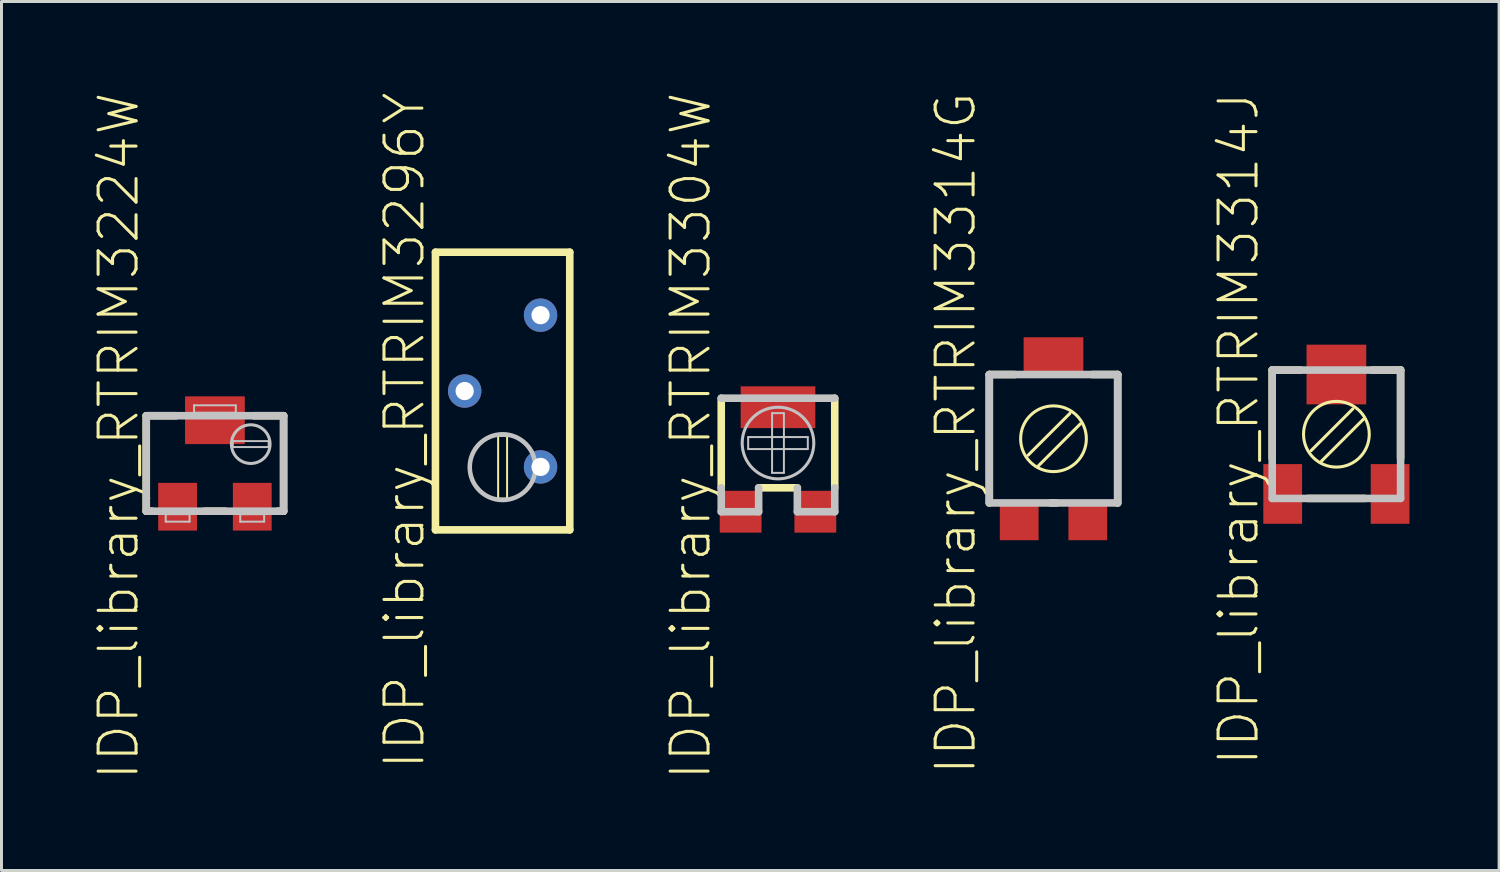
<source format=kicad_pcb>
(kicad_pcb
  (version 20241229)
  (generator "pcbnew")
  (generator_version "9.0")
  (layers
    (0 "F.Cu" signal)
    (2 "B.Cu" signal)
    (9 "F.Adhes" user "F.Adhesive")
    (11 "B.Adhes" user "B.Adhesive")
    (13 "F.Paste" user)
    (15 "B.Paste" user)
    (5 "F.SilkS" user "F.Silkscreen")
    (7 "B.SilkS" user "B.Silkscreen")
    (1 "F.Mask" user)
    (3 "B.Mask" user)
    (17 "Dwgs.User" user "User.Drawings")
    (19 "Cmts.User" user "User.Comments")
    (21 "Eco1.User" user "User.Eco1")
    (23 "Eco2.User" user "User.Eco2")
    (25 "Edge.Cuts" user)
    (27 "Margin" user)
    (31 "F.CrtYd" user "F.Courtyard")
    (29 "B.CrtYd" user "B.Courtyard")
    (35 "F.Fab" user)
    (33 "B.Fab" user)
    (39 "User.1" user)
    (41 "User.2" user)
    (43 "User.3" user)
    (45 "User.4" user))
  (footprint "IDP_library_RTRIM3314J"
    (layer "F.Cu")
    (at 41.689 11.487)
    (property "Reference" "IDP_library_RTRIM3314J" (at -3.274 -0.183 90) (layer "F.SilkS") (effects (font (size 1.27 1.27) (thickness 0.102))))
    (attr smd)
    (fp_line (start -2.149 -2.149) (end -2.149 0.798) (stroke (width 0.254) (type solid)) (layer "F.SilkS"))
    (fp_line (start -1.199 -2.149) (end -2.149 -2.149) (stroke (width 0.254) (type solid)) (layer "F.SilkS"))
    (fp_line (start -0.848 0.549) (end 0.549 -0.848) (stroke (width 0.102) (type solid)) (layer "F.SilkS"))
    (fp_line (start -0.498 0.899) (end 0.899 -0.498) (stroke (width 0.102) (type solid)) (layer "F.SilkS"))
    (fp_line (start 0.95 2.149) (end -0.95 2.149) (stroke (width 0.254) (type solid)) (layer "F.SilkS"))
    (fp_line (start 2.149 -2.149) (end 1.199 -2.149) (stroke (width 0.254) (type solid)) (layer "F.SilkS"))
    (fp_line (start 2.149 0.798) (end 2.149 -2.149) (stroke (width 0.254) (type solid)) (layer "F.SilkS"))
    (fp_circle (center 0 0) (end 0 -1.1) (stroke (width 0.102) (type solid)) (fill no) (layer "F.SilkS"))
    (fp_line (start -2.149 -2.149) (end 2.149 -2.149) (stroke (width 0.254) (type solid)) (layer "Dwgs.User"))
    (fp_line (start -2.149 2.149) (end -2.149 -2.149) (stroke (width 0.254) (type solid)) (layer "Dwgs.User"))
    (fp_line (start 2.149 -2.149) (end 2.149 2.149) (stroke (width 0.254) (type solid)) (layer "Dwgs.User"))
    (fp_line (start 2.149 2.149) (end -2.149 2.149) (stroke (width 0.254) (type solid)) (layer "Dwgs.User"))
    (pad "1" smd rect (at 1.798 1.999 180) (size 1.298 1.999) (layers "F.Cu" "F.Mask" "F.Paste"))
    (pad "2" smd rect (at 0 -1.999) (size 1.999 1.999) (layers "F.Cu" "F.Mask" "F.Paste"))
    (pad "3" smd rect (at -1.798 1.999 180) (size 1.298 1.999) (layers "F.Cu" "F.Mask" "F.Paste")))
  (footprint "IDP_library_RTRIM3304W"
    (layer "F.Cu")
    (at 22.995 12.181)
    (property "Reference" "IDP_library_RTRIM3304W" (at -2.924 -0.635 90) (layer "F.SilkS") (effects (font (size 1.27 1.27) (thickness 0.102))))
    (attr smd)
    (fp_line (start -1.9 1.1) (end -1.9 -1.9) (stroke (width 0.254) (type solid)) (layer "F.SilkS"))
    (fp_line (start 0.648 1.1) (end -0.648 1.1) (stroke (width 0.254) (type solid)) (layer "F.SilkS"))
    (fp_line (start 1.9 -1.9) (end 1.9 1.1) (stroke (width 0.254) (type solid)) (layer "F.SilkS"))
    (fp_line (start -1.9 -1.9) (end 1.9 -1.9) (stroke (width 0.254) (type solid)) (layer "Dwgs.User"))
    (fp_line (start -1.9 1.9) (end -1.9 1.1) (stroke (width 0.254) (type solid)) (layer "Dwgs.User"))
    (fp_line (start -0.998 -0.599) (end 0.998 -0.599) (stroke (width 0.066) (type solid)) (layer "Dwgs.User"))
    (fp_line (start -0.998 -0.198) (end -0.998 -0.599) (stroke (width 0.066) (type solid)) (layer "Dwgs.User"))
    (fp_line (start -0.998 -0.198) (end 0.998 -0.198) (stroke (width 0.066) (type solid)) (layer "Dwgs.User"))
    (fp_line (start -0.648 1.1) (end -0.648 1.9) (stroke (width 0.254) (type solid)) (layer "Dwgs.User"))
    (fp_line (start -0.648 1.9) (end -1.9 1.9) (stroke (width 0.254) (type solid)) (layer "Dwgs.User"))
    (fp_line (start -0.198 -1.4) (end 0.198 -1.4) (stroke (width 0.066) (type solid)) (layer "Dwgs.User"))
    (fp_line (start -0.198 0.599) (end -0.198 -1.4) (stroke (width 0.066) (type solid)) (layer "Dwgs.User"))
    (fp_line (start -0.198 0.599) (end 0.198 0.599) (stroke (width 0.066) (type solid)) (layer "Dwgs.User"))
    (fp_line (start 0.198 0.599) (end 0.198 -1.4) (stroke (width 0.066) (type solid)) (layer "Dwgs.User"))
    (fp_line (start 0.648 1.9) (end 0.648 1.1) (stroke (width 0.254) (type solid)) (layer "Dwgs.User"))
    (fp_line (start 0.998 -0.198) (end 0.998 -0.599) (stroke (width 0.066) (type solid)) (layer "Dwgs.User"))
    (fp_line (start 1.9 1.1) (end 1.9 1.9) (stroke (width 0.254) (type solid)) (layer "Dwgs.User"))
    (fp_line (start 1.9 1.9) (end 0.648 1.9) (stroke (width 0.254) (type solid)) (layer "Dwgs.User"))
    (fp_circle (center 0 -0.399) (end 0 -1.598) (stroke (width 0.102) (type solid)) (fill no) (layer "Dwgs.User"))
    (pad "1" smd rect (at -1.25 1.9) (size 1.4 1.4) (layers "F.Cu" "F.Mask" "F.Paste"))
    (pad "2" smd rect (at 0 -1.598) (size 2.499 1.4) (layers "F.Cu" "F.Mask" "F.Paste"))
    (pad "3" smd rect (at 1.25 1.9) (size 1.4 1.4) (layers "F.Cu" "F.Mask" "F.Paste")))
  (footprint "IDP_library_RTRIM3314G"
    (layer "F.Cu")
    (at 32.218 11.638)
    (property "Reference" "IDP_library_RTRIM3314G" (at -3.274 -0.183 90) (layer "F.SilkS") (effects (font (size 1.27 1.27) (thickness 0.102))))
    (attr smd)
    (fp_line (start -2.149 -2.149) (end -2.149 2.149) (stroke (width 0.254) (type solid)) (layer "F.SilkS"))
    (fp_line (start -1.298 -2.149) (end -2.149 -2.149) (stroke (width 0.254) (type solid)) (layer "F.SilkS"))
    (fp_line (start -0.848 0.549) (end 0.549 -0.848) (stroke (width 0.102) (type solid)) (layer "F.SilkS"))
    (fp_line (start -0.498 0.899) (end 0.899 -0.498) (stroke (width 0.102) (type solid)) (layer "F.SilkS"))
    (fp_line (start 0.099 2.149) (end -0.099 2.149) (stroke (width 0.254) (type solid)) (layer "F.SilkS"))
    (fp_line (start 2.149 -2.149) (end 1.298 -2.149) (stroke (width 0.254) (type solid)) (layer "F.SilkS"))
    (fp_line (start 2.149 2.149) (end 2.149 -2.149) (stroke (width 0.254) (type solid)) (layer "F.SilkS"))
    (fp_circle (center 0 0) (end 0 -1.1) (stroke (width 0.102) (type solid)) (fill no) (layer "F.SilkS"))
    (fp_line (start -2.149 -2.149) (end 2.149 -2.149) (stroke (width 0.254) (type solid)) (layer "Dwgs.User"))
    (fp_line (start -2.149 2.149) (end -2.149 -2.149) (stroke (width 0.254) (type solid)) (layer "Dwgs.User"))
    (fp_line (start 2.149 -2.149) (end 2.149 2.149) (stroke (width 0.254) (type solid)) (layer "Dwgs.User"))
    (fp_line (start 2.149 2.149) (end -2.149 2.149) (stroke (width 0.254) (type solid)) (layer "Dwgs.User"))
    (pad "1" smd rect (at 1.148 2.748 180) (size 1.298 1.298) (layers "F.Cu" "F.Mask" "F.Paste"))
    (pad "2" smd rect (at 0 -2.748) (size 1.999 1.298) (layers "F.Cu" "F.Mask" "F.Paste"))
    (pad "3" smd rect (at -1.148 2.748 180) (size 1.298 1.298) (layers "F.Cu" "F.Mask" "F.Paste")))
  (footprint "IDP_library_RTRIM3224W"
    (layer "F.Cu")
    (at 4.145 12.466)
    (property "Reference" "IDP_library_RTRIM3224W" (at -3.223 -0.919 90) (layer "F.SilkS") (effects (font (size 1.27 1.27) (thickness 0.102))))
    (attr smd)
    (fp_line (start -2.299 -1.598) (end -1.298 -1.598) (stroke (width 0.254) (type solid)) (layer "F.SilkS"))
    (fp_line (start -2.299 1.598) (end -2.299 -1.598) (stroke (width 0.254) (type solid)) (layer "F.SilkS"))
    (fp_line (start -2.098 1.598) (end -2.299 1.598) (stroke (width 0.254) (type solid)) (layer "F.SilkS"))
    (fp_line (start 0.348 1.598) (end -0.348 1.598) (stroke (width 0.254) (type solid)) (layer "F.SilkS"))
    (fp_line (start 1.298 -1.598) (end 2.299 -1.598) (stroke (width 0.254) (type solid)) (layer "F.SilkS"))
    (fp_line (start 2.299 -1.598) (end 2.299 1.598) (stroke (width 0.254) (type solid)) (layer "F.SilkS"))
    (fp_line (start 2.299 1.598) (end 2.098 1.598) (stroke (width 0.254) (type solid)) (layer "F.SilkS"))
    (fp_line (start -2.299 -1.598) (end 2.299 -1.598) (stroke (width 0.254) (type solid)) (layer "Dwgs.User"))
    (fp_line (start -2.299 1.598) (end -2.299 -1.598) (stroke (width 0.254) (type solid)) (layer "Dwgs.User"))
    (fp_line (start -1.648 1.699) (end -0.848 1.699) (stroke (width 0.066) (type solid)) (layer "Dwgs.User"))
    (fp_line (start -1.648 1.948) (end -1.648 1.699) (stroke (width 0.066) (type solid)) (layer "Dwgs.User"))
    (fp_line (start -1.648 1.948) (end -0.848 1.948) (stroke (width 0.066) (type solid)) (layer "Dwgs.User"))
    (fp_line (start -0.848 1.948) (end -0.848 1.699) (stroke (width 0.066) (type solid)) (layer "Dwgs.User"))
    (fp_line (start -0.699 -1.948) (end 0.699 -1.948) (stroke (width 0.066) (type solid)) (layer "Dwgs.User"))
    (fp_line (start -0.699 -1.699) (end -0.699 -1.948) (stroke (width 0.066) (type solid)) (layer "Dwgs.User"))
    (fp_line (start -0.699 -1.699) (end 0.699 -1.699) (stroke (width 0.066) (type solid)) (layer "Dwgs.User"))
    (fp_line (start 0.599 -0.749) (end 1.798 -0.749) (stroke (width 0.066) (type solid)) (layer "Dwgs.User"))
    (fp_line (start 0.599 -0.549) (end 0.599 -0.749) (stroke (width 0.066) (type solid)) (layer "Dwgs.User"))
    (fp_line (start 0.599 -0.549) (end 1.798 -0.549) (stroke (width 0.066) (type solid)) (layer "Dwgs.User"))
    (fp_line (start 0.699 -1.699) (end 0.699 -1.948) (stroke (width 0.066) (type solid)) (layer "Dwgs.User"))
    (fp_line (start 0.848 1.699) (end 1.648 1.699) (stroke (width 0.066) (type solid)) (layer "Dwgs.User"))
    (fp_line (start 0.848 1.948) (end 0.848 1.699) (stroke (width 0.066) (type solid)) (layer "Dwgs.User"))
    (fp_line (start 0.848 1.948) (end 1.648 1.948) (stroke (width 0.066) (type solid)) (layer "Dwgs.User"))
    (fp_line (start 1.648 1.948) (end 1.648 1.699) (stroke (width 0.066) (type solid)) (layer "Dwgs.User"))
    (fp_line (start 1.798 -0.549) (end 1.798 -0.749) (stroke (width 0.066) (type solid)) (layer "Dwgs.User"))
    (fp_line (start 2.299 -1.598) (end 2.299 1.598) (stroke (width 0.254) (type solid)) (layer "Dwgs.User"))
    (fp_line (start 2.299 1.598) (end -2.299 1.598) (stroke (width 0.254) (type solid)) (layer "Dwgs.User"))
    (fp_circle (center 1.199 -0.648) (end 1.199 -1.295) (stroke (width 0.102) (type solid)) (fill no) (layer "Dwgs.User"))
    (pad "1" smd rect (at -1.25 1.448) (size 1.298 1.598) (layers "F.Cu" "F.Mask" "F.Paste"))
    (pad "2" smd rect (at 0 -1.448) (size 1.999 1.598) (layers "F.Cu" "F.Mask" "F.Paste"))
    (pad "3" smd rect (at 1.25 1.448) (size 1.298 1.598) (layers "F.Cu" "F.Mask" "F.Paste")))
  (footprint "IDP_library_RTRIM3296Y"
    (layer "F.Cu")
    (at 13.776 10.041)
    (property "Reference" "IDP_library_RTRIM3296Y" (at -3.284 1.323 90) (layer "F.SilkS") (effects (font (size 1.27 1.27) (thickness 0.102))))
    (attr exclude_from_pos_files exclude_from_bom)
    (fp_line (start -2.248 -4.648) (end 2.248 -4.648) (stroke (width 0.254) (type solid)) (layer "F.SilkS"))
    (fp_line (start -2.248 4.648) (end -2.248 -4.648) (stroke (width 0.254) (type solid)) (layer "F.SilkS"))
    (fp_line (start -0.15 1.499) (end 0.15 1.499) (stroke (width 0.066) (type solid)) (layer "F.SilkS"))
    (fp_line (start -0.15 3.599) (end -0.15 1.499) (stroke (width 0.066) (type solid)) (layer "F.SilkS"))
    (fp_line (start -0.15 3.599) (end 0.15 3.599) (stroke (width 0.066) (type solid)) (layer "F.SilkS"))
    (fp_line (start 0.15 3.599) (end 0.15 1.499) (stroke (width 0.066) (type solid)) (layer "F.SilkS"))
    (fp_line (start 2.248 -4.648) (end 2.248 4.648) (stroke (width 0.254) (type solid)) (layer "F.SilkS"))
    (fp_line (start 2.248 4.648) (end -2.248 4.648) (stroke (width 0.254) (type solid)) (layer "F.SilkS"))
    (fp_circle (center 0 2.548) (end 0 1.448) (stroke (width 0.152) (type solid)) (fill no) (layer "Dwgs.User"))
    (pad "1" thru_hole circle (at 1.27 2.54) (size 1.118 1.118) (drill 0.61) (layers "*.Cu" "*.Paste" "*.Mask"))
    (pad "2" thru_hole circle (at -1.27 0) (size 1.118 1.118) (drill 0.61) (layers "*.Cu" "*.Paste" "*.Mask"))
    (pad "3" thru_hole circle (at 1.27 -2.54) (size 1.118 1.118) (drill 0.61) (layers "*.Cu" "*.Paste" "*.Mask")))
  (gr_rect
    (start -3 -3)
    (end 47.136 26.092)
    (stroke (width 0.1) (type default))
    (fill no)
    (layer "Edge.Cuts")))
</source>
